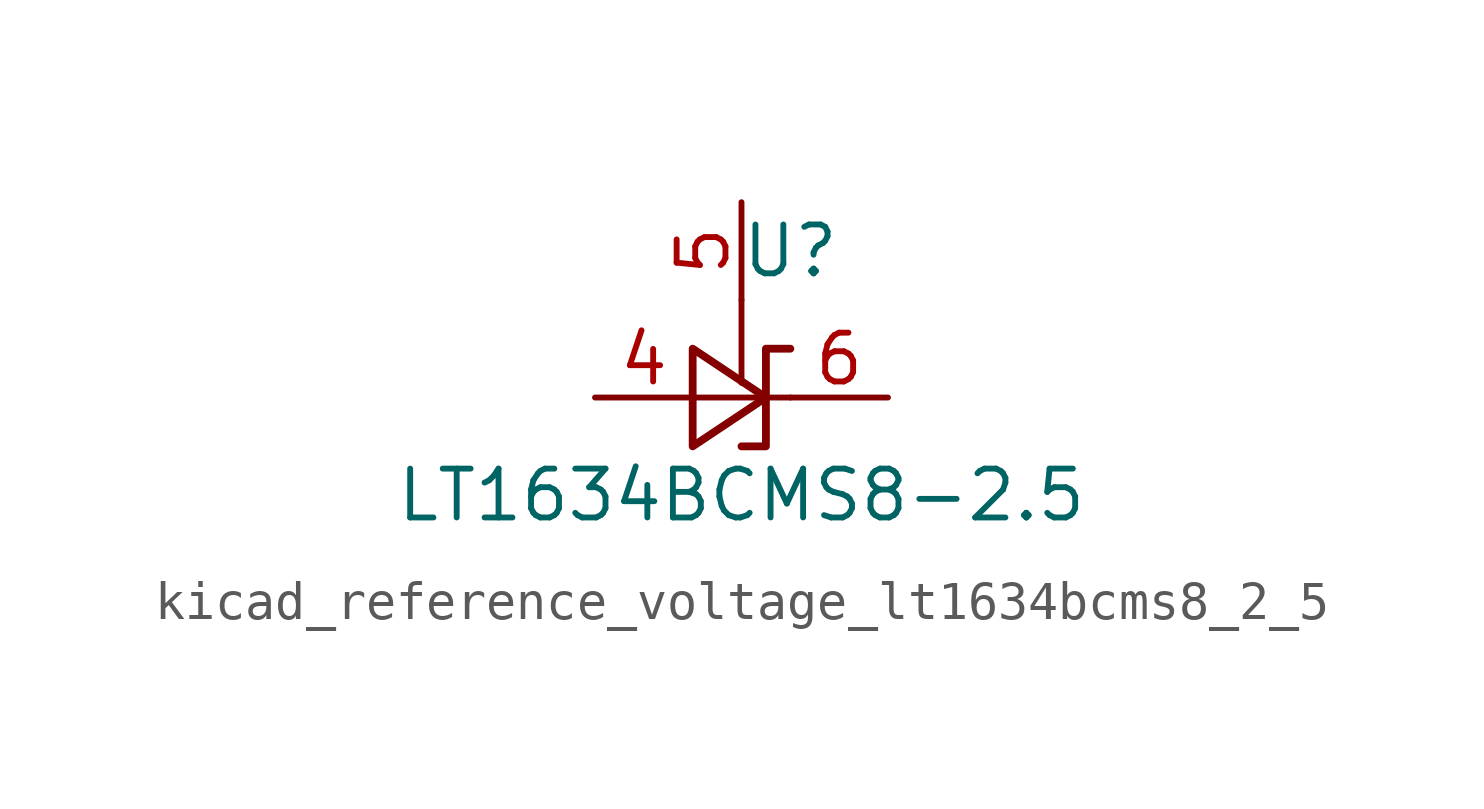
<source format=kicad_sym>
(kicad_symbol_lib
  (version 20220914)
  (generator kicad_symbol_editor)
  (symbol "kicad_reference_voltage_lt1634bcms8_2_5"
    (pin_names
      (offset 0.254) hide)
    (property "Reference" "U"
      (at 1.27 3.81 0)
      (effects (font (size 1.27 1.27))))
    (property "Value" "LT1634BCMS8-2.5"
      (at 0 -2.54 0)
      (effects (font (size 1.27 1.27))))
    (symbol "kicad_reference_voltage_lt1634bcms8_2_5_1_1"
      (polyline (pts (xy 0 2.54) (xy 0 0.381)) (stroke (width 0) (type default)) (fill (type none)))
      (polyline (pts (xy -1.27 0) (xy 0 0) (xy 1.27 0)) (stroke (width 0) (type default)) (fill (type none)))
      (polyline (pts (xy -1.27 -1.27) (xy 0.635 0) (xy -1.27 1.27) (xy -1.27 -1.27)) (stroke (width 0.203) (type default)) (fill (type none)))
      (polyline (pts (xy 0 -1.27) (xy 0.635 -1.27) (xy 0.635 1.27) (xy 1.27 1.27)) (stroke (width 0.203) (type default)) (fill (type none)))
      (pin passive line (at -3.81 0 0) (length 2.54) (name "A" (effects (font (size 1.27 1.27)))) (number "4" (effects (font (size 1.27 1.27)))))
      (pin input line (at 0 5.08 270) (length 2.54) (name "Test" (effects (font (size 1.27 1.27)))) (number "5" (effects (font (size 1.27 1.27)))))
      (pin passive line (at 3.81 0 180) (length 2.54) (name "K" (effects (font (size 1.27 1.27)))) (number "6" (effects (font (size 1.27 1.27))))))))
</source>
